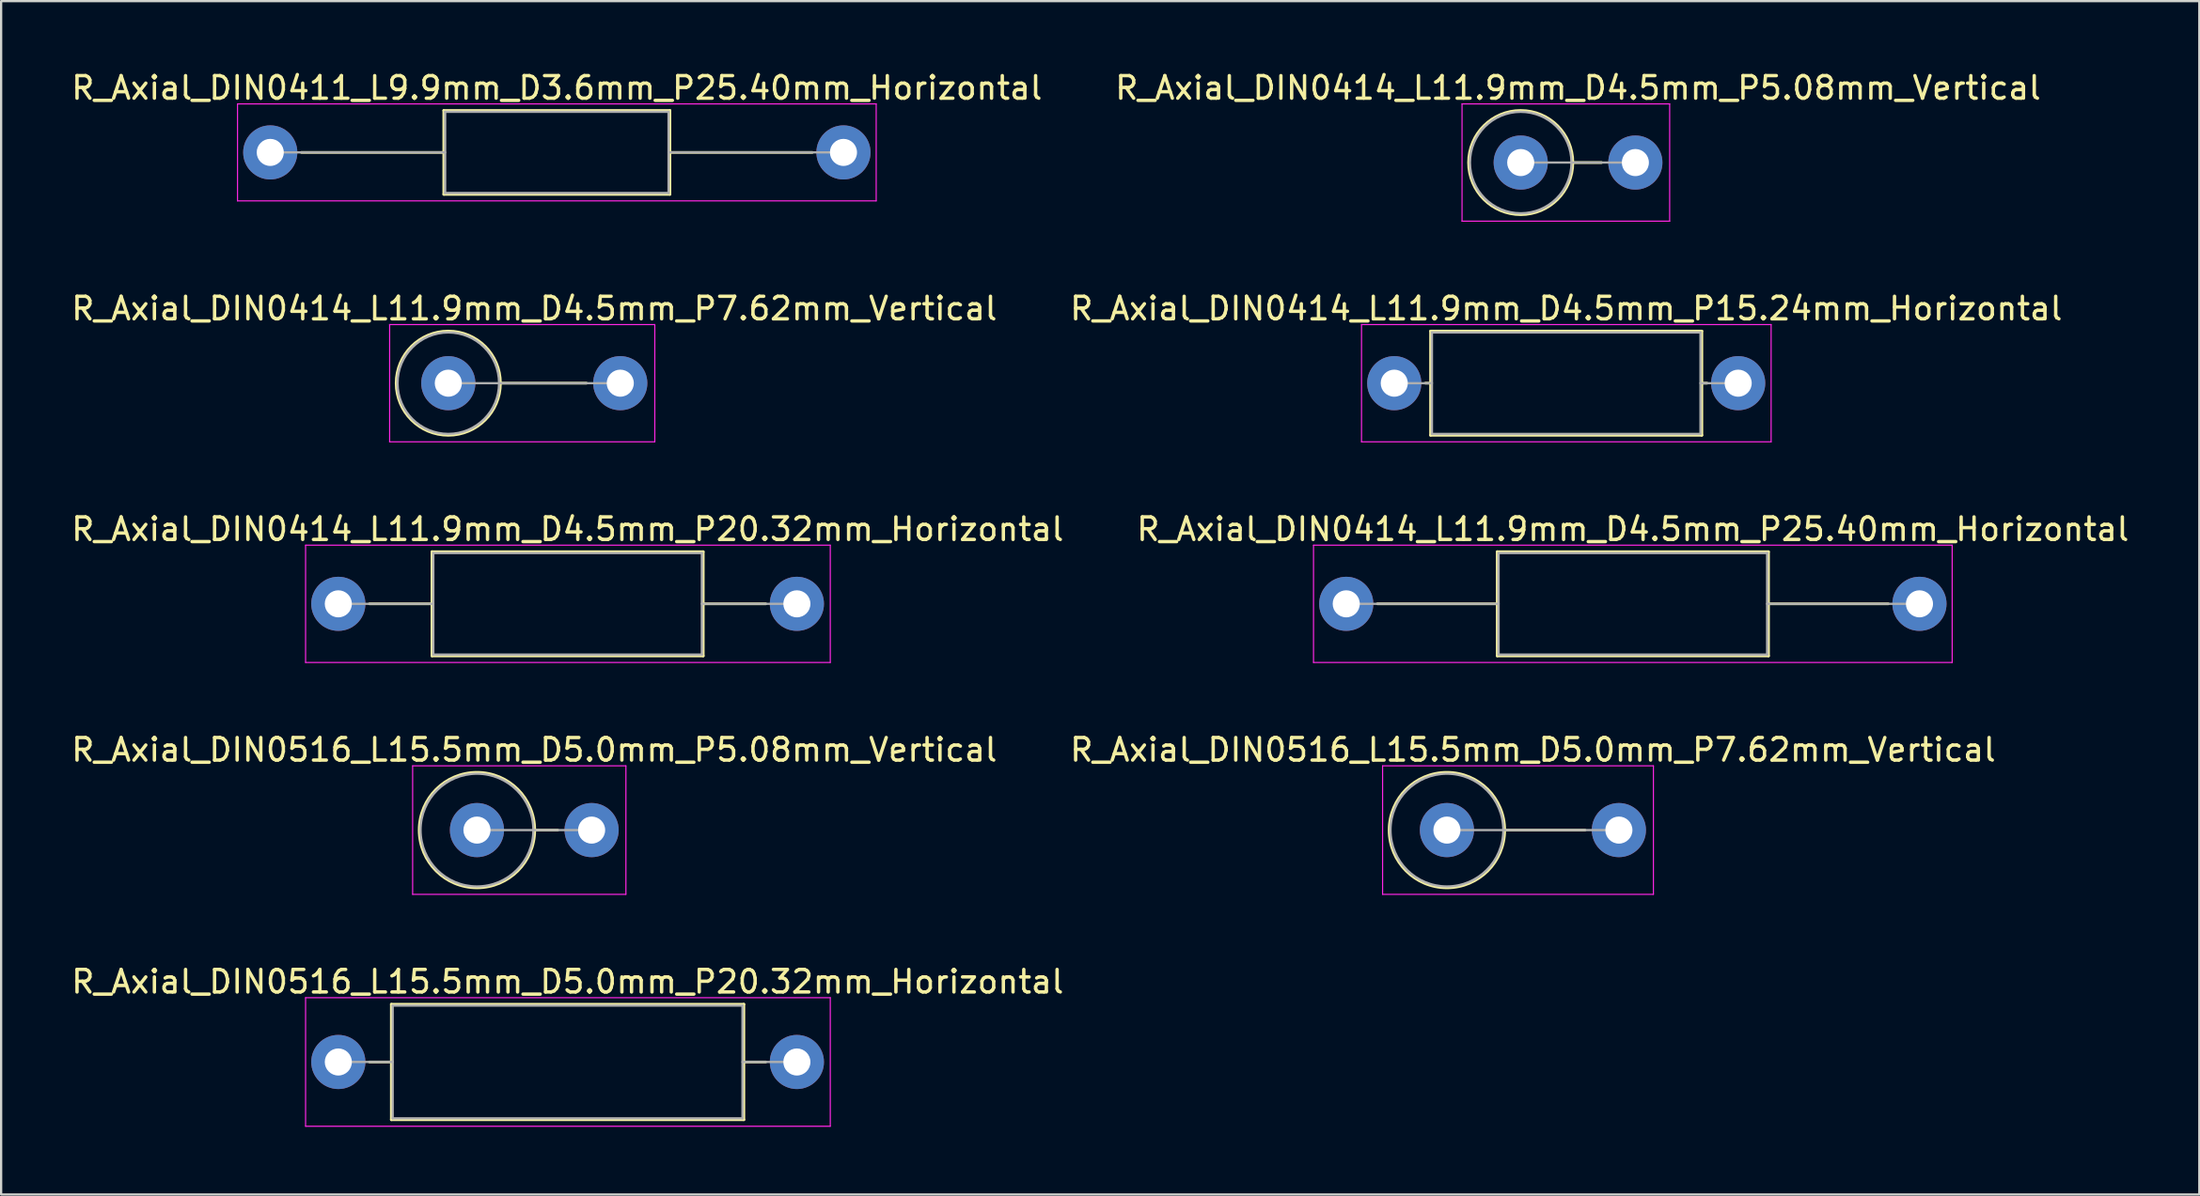
<source format=kicad_pcb>
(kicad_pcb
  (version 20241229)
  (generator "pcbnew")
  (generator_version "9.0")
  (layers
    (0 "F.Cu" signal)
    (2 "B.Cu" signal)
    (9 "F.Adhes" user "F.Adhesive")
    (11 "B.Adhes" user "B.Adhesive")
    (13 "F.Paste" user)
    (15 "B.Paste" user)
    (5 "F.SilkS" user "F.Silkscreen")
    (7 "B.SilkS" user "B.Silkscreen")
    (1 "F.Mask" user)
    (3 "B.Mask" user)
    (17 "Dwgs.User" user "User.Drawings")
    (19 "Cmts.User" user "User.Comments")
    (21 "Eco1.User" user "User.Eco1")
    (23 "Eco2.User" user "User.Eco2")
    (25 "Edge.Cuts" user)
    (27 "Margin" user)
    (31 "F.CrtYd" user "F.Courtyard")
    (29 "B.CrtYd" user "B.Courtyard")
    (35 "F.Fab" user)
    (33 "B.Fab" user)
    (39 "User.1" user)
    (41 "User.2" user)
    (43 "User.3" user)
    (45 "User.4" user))
  (footprint "R_Axial_DIN0414_L11.9mm_D4.5mm_P20.32mm_Horizontal"
    (layer "F.Cu")
    (at 11.941 23.725)
    (property "Reference" "R_Axial_DIN0414_L11.9mm_D4.5mm_P20.32mm_Horizontal" (at 10.16 -3.31 0) (layer "F.SilkS") (effects (font (size 1 1) (thickness 0.15))))
    (attr through_hole)
    (fp_line (start 1.38 0) (end 4.15 0) (stroke (width 0.12) (type solid)) (layer "F.SilkS"))
    (fp_line (start 4.15 -2.31) (end 4.15 2.31) (stroke (width 0.12) (type solid)) (layer "F.SilkS"))
    (fp_line (start 4.15 2.31) (end 16.17 2.31) (stroke (width 0.12) (type solid)) (layer "F.SilkS"))
    (fp_line (start 16.17 -2.31) (end 4.15 -2.31) (stroke (width 0.12) (type solid)) (layer "F.SilkS"))
    (fp_line (start 16.17 2.31) (end 16.17 -2.31) (stroke (width 0.12) (type solid)) (layer "F.SilkS"))
    (fp_line (start 18.94 0) (end 16.17 0) (stroke (width 0.12) (type solid)) (layer "F.SilkS"))
    (fp_line (start -1.45 -2.6) (end -1.45 2.6) (stroke (width 0.05) (type solid)) (layer "F.CrtYd"))
    (fp_line (start -1.45 2.6) (end 21.8 2.6) (stroke (width 0.05) (type solid)) (layer "F.CrtYd"))
    (fp_line (start 21.8 -2.6) (end -1.45 -2.6) (stroke (width 0.05) (type solid)) (layer "F.CrtYd"))
    (fp_line (start 21.8 2.6) (end 21.8 -2.6) (stroke (width 0.05) (type solid)) (layer "F.CrtYd"))
    (fp_line (start 0 0) (end 4.21 0) (stroke (width 0.1) (type solid)) (layer "F.Fab"))
    (fp_line (start 4.21 -2.25) (end 4.21 2.25) (stroke (width 0.1) (type solid)) (layer "F.Fab"))
    (fp_line (start 4.21 2.25) (end 16.11 2.25) (stroke (width 0.1) (type solid)) (layer "F.Fab"))
    (fp_line (start 16.11 -2.25) (end 4.21 -2.25) (stroke (width 0.1) (type solid)) (layer "F.Fab"))
    (fp_line (start 16.11 2.25) (end 16.11 -2.25) (stroke (width 0.1) (type solid)) (layer "F.Fab"))
    (fp_line (start 20.32 0) (end 16.11 0) (stroke (width 0.1) (type solid)) (layer "F.Fab"))
    (pad "1" thru_hole circle (at 0 0) (size 2.4 2.4) (drill 1.2) (layers "*.Cu" "*.Mask"))
    (pad "2" thru_hole oval (at 20.32 0) (size 2.4 2.4) (drill 1.2) (layers "*.Cu" "*.Mask")))
  (footprint "R_Axial_DIN0414_L11.9mm_D4.5mm_P25.40mm_Horizontal"
    (layer "F.Cu")
    (at 56.604 23.725)
    (property "Reference" "R_Axial_DIN0414_L11.9mm_D4.5mm_P25.40mm_Horizontal" (at 12.7 -3.31 0) (layer "F.SilkS") (effects (font (size 1 1) (thickness 0.15))))
    (attr through_hole)
    (fp_line (start 1.38 0) (end 6.69 0) (stroke (width 0.12) (type solid)) (layer "F.SilkS"))
    (fp_line (start 6.69 -2.31) (end 6.69 2.31) (stroke (width 0.12) (type solid)) (layer "F.SilkS"))
    (fp_line (start 6.69 2.31) (end 18.71 2.31) (stroke (width 0.12) (type solid)) (layer "F.SilkS"))
    (fp_line (start 18.71 -2.31) (end 6.69 -2.31) (stroke (width 0.12) (type solid)) (layer "F.SilkS"))
    (fp_line (start 18.71 2.31) (end 18.71 -2.31) (stroke (width 0.12) (type solid)) (layer "F.SilkS"))
    (fp_line (start 24.02 0) (end 18.71 0) (stroke (width 0.12) (type solid)) (layer "F.SilkS"))
    (fp_line (start -1.45 -2.6) (end -1.45 2.6) (stroke (width 0.05) (type solid)) (layer "F.CrtYd"))
    (fp_line (start -1.45 2.6) (end 26.85 2.6) (stroke (width 0.05) (type solid)) (layer "F.CrtYd"))
    (fp_line (start 26.85 -2.6) (end -1.45 -2.6) (stroke (width 0.05) (type solid)) (layer "F.CrtYd"))
    (fp_line (start 26.85 2.6) (end 26.85 -2.6) (stroke (width 0.05) (type solid)) (layer "F.CrtYd"))
    (fp_line (start 0 0) (end 6.75 0) (stroke (width 0.1) (type solid)) (layer "F.Fab"))
    (fp_line (start 6.75 -2.25) (end 6.75 2.25) (stroke (width 0.1) (type solid)) (layer "F.Fab"))
    (fp_line (start 6.75 2.25) (end 18.65 2.25) (stroke (width 0.1) (type solid)) (layer "F.Fab"))
    (fp_line (start 18.65 -2.25) (end 6.75 -2.25) (stroke (width 0.1) (type solid)) (layer "F.Fab"))
    (fp_line (start 18.65 2.25) (end 18.65 -2.25) (stroke (width 0.1) (type solid)) (layer "F.Fab"))
    (fp_line (start 25.4 0) (end 18.65 0) (stroke (width 0.1) (type solid)) (layer "F.Fab"))
    (pad "1" thru_hole circle (at 0 0) (size 2.4 2.4) (drill 1.2) (layers "*.Cu" "*.Mask"))
    (pad "2" thru_hole oval (at 25.4 0) (size 2.4 2.4) (drill 1.2) (layers "*.Cu" "*.Mask")))
  (footprint "R_Axial_DIN0516_L15.5mm_D5.0mm_P20.32mm_Horizontal"
    (layer "F.Cu")
    (at 11.941 44.041)
    (property "Reference" "R_Axial_DIN0516_L15.5mm_D5.0mm_P20.32mm_Horizontal" (at 10.16 -3.56 0) (layer "F.SilkS") (effects (font (size 1 1) (thickness 0.15))))
    (attr through_hole)
    (fp_line (start 1.38 0) (end 2.35 0) (stroke (width 0.12) (type solid)) (layer "F.SilkS"))
    (fp_line (start 2.35 -2.56) (end 2.35 2.56) (stroke (width 0.12) (type solid)) (layer "F.SilkS"))
    (fp_line (start 2.35 2.56) (end 17.97 2.56) (stroke (width 0.12) (type solid)) (layer "F.SilkS"))
    (fp_line (start 17.97 -2.56) (end 2.35 -2.56) (stroke (width 0.12) (type solid)) (layer "F.SilkS"))
    (fp_line (start 17.97 2.56) (end 17.97 -2.56) (stroke (width 0.12) (type solid)) (layer "F.SilkS"))
    (fp_line (start 18.94 0) (end 17.97 0) (stroke (width 0.12) (type solid)) (layer "F.SilkS"))
    (fp_line (start -1.45 -2.85) (end -1.45 2.85) (stroke (width 0.05) (type solid)) (layer "F.CrtYd"))
    (fp_line (start -1.45 2.85) (end 21.8 2.85) (stroke (width 0.05) (type solid)) (layer "F.CrtYd"))
    (fp_line (start 21.8 -2.85) (end -1.45 -2.85) (stroke (width 0.05) (type solid)) (layer "F.CrtYd"))
    (fp_line (start 21.8 2.85) (end 21.8 -2.85) (stroke (width 0.05) (type solid)) (layer "F.CrtYd"))
    (fp_line (start 0 0) (end 2.41 0) (stroke (width 0.1) (type solid)) (layer "F.Fab"))
    (fp_line (start 2.41 -2.5) (end 2.41 2.5) (stroke (width 0.1) (type solid)) (layer "F.Fab"))
    (fp_line (start 2.41 2.5) (end 17.91 2.5) (stroke (width 0.1) (type solid)) (layer "F.Fab"))
    (fp_line (start 17.91 -2.5) (end 2.41 -2.5) (stroke (width 0.1) (type solid)) (layer "F.Fab"))
    (fp_line (start 17.91 2.5) (end 17.91 -2.5) (stroke (width 0.1) (type solid)) (layer "F.Fab"))
    (fp_line (start 20.32 0) (end 17.91 0) (stroke (width 0.1) (type solid)) (layer "F.Fab"))
    (pad "1" thru_hole circle (at 0 0) (size 2.4 2.4) (drill 1.2) (layers "*.Cu" "*.Mask"))
    (pad "2" thru_hole oval (at 20.32 0) (size 2.4 2.4) (drill 1.2) (layers "*.Cu" "*.Mask")))
  (footprint "R_Axial_DIN0414_L11.9mm_D4.5mm_P15.24mm_Horizontal"
    (layer "F.Cu")
    (at 58.731 13.941)
    (property "Reference" "R_Axial_DIN0414_L11.9mm_D4.5mm_P15.24mm_Horizontal" (at 7.62 -3.31 0) (layer "F.SilkS") (effects (font (size 1 1) (thickness 0.15))))
    (attr through_hole)
    (fp_line (start 1.38 0) (end 1.61 0) (stroke (width 0.12) (type solid)) (layer "F.SilkS"))
    (fp_line (start 1.61 -2.31) (end 1.61 2.31) (stroke (width 0.12) (type solid)) (layer "F.SilkS"))
    (fp_line (start 1.61 2.31) (end 13.63 2.31) (stroke (width 0.12) (type solid)) (layer "F.SilkS"))
    (fp_line (start 13.63 -2.31) (end 1.61 -2.31) (stroke (width 0.12) (type solid)) (layer "F.SilkS"))
    (fp_line (start 13.63 2.31) (end 13.63 -2.31) (stroke (width 0.12) (type solid)) (layer "F.SilkS"))
    (fp_line (start 13.86 0) (end 13.63 0) (stroke (width 0.12) (type solid)) (layer "F.SilkS"))
    (fp_line (start -1.45 -2.6) (end -1.45 2.6) (stroke (width 0.05) (type solid)) (layer "F.CrtYd"))
    (fp_line (start -1.45 2.6) (end 16.7 2.6) (stroke (width 0.05) (type solid)) (layer "F.CrtYd"))
    (fp_line (start 16.7 -2.6) (end -1.45 -2.6) (stroke (width 0.05) (type solid)) (layer "F.CrtYd"))
    (fp_line (start 16.7 2.6) (end 16.7 -2.6) (stroke (width 0.05) (type solid)) (layer "F.CrtYd"))
    (fp_line (start 0 0) (end 1.67 0) (stroke (width 0.1) (type solid)) (layer "F.Fab"))
    (fp_line (start 1.67 -2.25) (end 1.67 2.25) (stroke (width 0.1) (type solid)) (layer "F.Fab"))
    (fp_line (start 1.67 2.25) (end 13.57 2.25) (stroke (width 0.1) (type solid)) (layer "F.Fab"))
    (fp_line (start 13.57 -2.25) (end 1.67 -2.25) (stroke (width 0.1) (type solid)) (layer "F.Fab"))
    (fp_line (start 13.57 2.25) (end 13.57 -2.25) (stroke (width 0.1) (type solid)) (layer "F.Fab"))
    (fp_line (start 15.24 0) (end 13.57 0) (stroke (width 0.1) (type solid)) (layer "F.Fab"))
    (pad "1" thru_hole circle (at 0 0) (size 2.4 2.4) (drill 1.2) (layers "*.Cu" "*.Mask"))
    (pad "2" thru_hole oval (at 15.24 0) (size 2.4 2.4) (drill 1.2) (layers "*.Cu" "*.Mask")))
  (footprint "R_Axial_DIN0414_L11.9mm_D4.5mm_P5.08mm_Vertical"
    (layer "F.Cu")
    (at 64.335 4.158)
    (property "Reference" "R_Axial_DIN0414_L11.9mm_D4.5mm_P5.08mm_Vertical" (at 2.54 -3.31 0) (layer "F.SilkS") (effects (font (size 1 1) (thickness 0.15))))
    (attr through_hole)
    (fp_line (start 2.31 0) (end 3.58 0) (stroke (width 0.12) (type solid)) (layer "F.SilkS"))
    (fp_circle (center 0 0) (end 2.31 0) (stroke (width 0.12) (type solid)) (fill no) (layer "F.SilkS"))
    (fp_line (start -2.6 -2.6) (end -2.6 2.6) (stroke (width 0.05) (type solid)) (layer "F.CrtYd"))
    (fp_line (start -2.6 2.6) (end 6.6 2.6) (stroke (width 0.05) (type solid)) (layer "F.CrtYd"))
    (fp_line (start 6.6 -2.6) (end -2.6 -2.6) (stroke (width 0.05) (type solid)) (layer "F.CrtYd"))
    (fp_line (start 6.6 2.6) (end 6.6 -2.6) (stroke (width 0.05) (type solid)) (layer "F.CrtYd"))
    (fp_line (start 0 0) (end 5.08 0) (stroke (width 0.1) (type solid)) (layer "F.Fab"))
    (fp_circle (center 0 0) (end 2.25 0) (stroke (width 0.1) (type solid)) (fill no) (layer "F.Fab"))
    (pad "1" thru_hole circle (at 0 0) (size 2.4 2.4) (drill 1.2) (layers "*.Cu" "*.Mask"))
    (pad "2" thru_hole oval (at 5.08 0) (size 2.4 2.4) (drill 1.2) (layers "*.Cu" "*.Mask")))
  (footprint "R_Axial_DIN0516_L15.5mm_D5.0mm_P7.62mm_Vertical"
    (layer "F.Cu")
    (at 61.065 33.758)
    (property "Reference" "R_Axial_DIN0516_L15.5mm_D5.0mm_P7.62mm_Vertical" (at 3.81 -3.56 0) (layer "F.SilkS") (effects (font (size 1 1) (thickness 0.15))))
    (attr through_hole)
    (fp_line (start 2.56 0) (end 6.12 0) (stroke (width 0.12) (type solid)) (layer "F.SilkS"))
    (fp_circle (center 0 0) (end 2.56 0) (stroke (width 0.12) (type solid)) (fill no) (layer "F.SilkS"))
    (fp_line (start -2.85 -2.85) (end -2.85 2.85) (stroke (width 0.05) (type solid)) (layer "F.CrtYd"))
    (fp_line (start -2.85 2.85) (end 9.15 2.85) (stroke (width 0.05) (type solid)) (layer "F.CrtYd"))
    (fp_line (start 9.15 -2.85) (end -2.85 -2.85) (stroke (width 0.05) (type solid)) (layer "F.CrtYd"))
    (fp_line (start 9.15 2.85) (end 9.15 -2.85) (stroke (width 0.05) (type solid)) (layer "F.CrtYd"))
    (fp_line (start 0 0) (end 7.62 0) (stroke (width 0.1) (type solid)) (layer "F.Fab"))
    (fp_circle (center 0 0) (end 2.5 0) (stroke (width 0.1) (type solid)) (fill no) (layer "F.Fab"))
    (pad "1" thru_hole circle (at 0 0) (size 2.4 2.4) (drill 1.2) (layers "*.Cu" "*.Mask"))
    (pad "2" thru_hole oval (at 7.62 0) (size 2.4 2.4) (drill 1.2) (layers "*.Cu" "*.Mask")))
  (footprint "R_Axial_DIN0411_L9.9mm_D3.6mm_P25.40mm_Horizontal"
    (layer "F.Cu")
    (at 8.925 3.708)
    (property "Reference" "R_Axial_DIN0411_L9.9mm_D3.6mm_P25.40mm_Horizontal" (at 12.7 -2.86 0) (layer "F.SilkS") (effects (font (size 1 1) (thickness 0.15))))
    (attr through_hole)
    (fp_line (start 1.38 0) (end 7.69 0) (stroke (width 0.12) (type solid)) (layer "F.SilkS"))
    (fp_line (start 7.69 -1.86) (end 7.69 1.86) (stroke (width 0.12) (type solid)) (layer "F.SilkS"))
    (fp_line (start 7.69 1.86) (end 17.71 1.86) (stroke (width 0.12) (type solid)) (layer "F.SilkS"))
    (fp_line (start 17.71 -1.86) (end 7.69 -1.86) (stroke (width 0.12) (type solid)) (layer "F.SilkS"))
    (fp_line (start 17.71 1.86) (end 17.71 -1.86) (stroke (width 0.12) (type solid)) (layer "F.SilkS"))
    (fp_line (start 24.02 0) (end 17.71 0) (stroke (width 0.12) (type solid)) (layer "F.SilkS"))
    (fp_line (start -1.45 -2.15) (end -1.45 2.15) (stroke (width 0.05) (type solid)) (layer "F.CrtYd"))
    (fp_line (start -1.45 2.15) (end 26.85 2.15) (stroke (width 0.05) (type solid)) (layer "F.CrtYd"))
    (fp_line (start 26.85 -2.15) (end -1.45 -2.15) (stroke (width 0.05) (type solid)) (layer "F.CrtYd"))
    (fp_line (start 26.85 2.15) (end 26.85 -2.15) (stroke (width 0.05) (type solid)) (layer "F.CrtYd"))
    (fp_line (start 0 0) (end 7.75 0) (stroke (width 0.1) (type solid)) (layer "F.Fab"))
    (fp_line (start 7.75 -1.8) (end 7.75 1.8) (stroke (width 0.1) (type solid)) (layer "F.Fab"))
    (fp_line (start 7.75 1.8) (end 17.65 1.8) (stroke (width 0.1) (type solid)) (layer "F.Fab"))
    (fp_line (start 17.65 -1.8) (end 7.75 -1.8) (stroke (width 0.1) (type solid)) (layer "F.Fab"))
    (fp_line (start 17.65 1.8) (end 17.65 -1.8) (stroke (width 0.1) (type solid)) (layer "F.Fab"))
    (fp_line (start 25.4 0) (end 17.65 0) (stroke (width 0.1) (type solid)) (layer "F.Fab"))
    (pad "1" thru_hole circle (at 0 0) (size 2.4 2.4) (drill 1.2) (layers "*.Cu" "*.Mask"))
    (pad "2" thru_hole oval (at 25.4 0) (size 2.4 2.4) (drill 1.2) (layers "*.Cu" "*.Mask")))
  (footprint "R_Axial_DIN0516_L15.5mm_D5.0mm_P5.08mm_Vertical"
    (layer "F.Cu")
    (at 18.085 33.758)
    (property "Reference" "R_Axial_DIN0516_L15.5mm_D5.0mm_P5.08mm_Vertical" (at 2.54 -3.56 0) (layer "F.SilkS") (effects (font (size 1 1) (thickness 0.15))))
    (attr through_hole)
    (fp_line (start 2.56 0) (end 3.58 0) (stroke (width 0.12) (type solid)) (layer "F.SilkS"))
    (fp_circle (center 0 0) (end 2.56 0) (stroke (width 0.12) (type solid)) (fill no) (layer "F.SilkS"))
    (fp_line (start -2.85 -2.85) (end -2.85 2.85) (stroke (width 0.05) (type solid)) (layer "F.CrtYd"))
    (fp_line (start -2.85 2.85) (end 6.6 2.85) (stroke (width 0.05) (type solid)) (layer "F.CrtYd"))
    (fp_line (start 6.6 -2.85) (end -2.85 -2.85) (stroke (width 0.05) (type solid)) (layer "F.CrtYd"))
    (fp_line (start 6.6 2.85) (end 6.6 -2.85) (stroke (width 0.05) (type solid)) (layer "F.CrtYd"))
    (fp_line (start 0 0) (end 5.08 0) (stroke (width 0.1) (type solid)) (layer "F.Fab"))
    (fp_circle (center 0 0) (end 2.5 0) (stroke (width 0.1) (type solid)) (fill no) (layer "F.Fab"))
    (pad "1" thru_hole circle (at 0 0) (size 2.4 2.4) (drill 1.2) (layers "*.Cu" "*.Mask"))
    (pad "2" thru_hole oval (at 5.08 0) (size 2.4 2.4) (drill 1.2) (layers "*.Cu" "*.Mask")))
  (footprint "R_Axial_DIN0414_L11.9mm_D4.5mm_P7.62mm_Vertical"
    (layer "F.Cu")
    (at 16.815 13.941)
    (property "Reference" "R_Axial_DIN0414_L11.9mm_D4.5mm_P7.62mm_Vertical" (at 3.81 -3.31 0) (layer "F.SilkS") (effects (font (size 1 1) (thickness 0.15))))
    (attr through_hole)
    (fp_line (start 2.31 0) (end 6.12 0) (stroke (width 0.12) (type solid)) (layer "F.SilkS"))
    (fp_circle (center 0 0) (end 2.31 0) (stroke (width 0.12) (type solid)) (fill no) (layer "F.SilkS"))
    (fp_line (start -2.6 -2.6) (end -2.6 2.6) (stroke (width 0.05) (type solid)) (layer "F.CrtYd"))
    (fp_line (start -2.6 2.6) (end 9.15 2.6) (stroke (width 0.05) (type solid)) (layer "F.CrtYd"))
    (fp_line (start 9.15 -2.6) (end -2.6 -2.6) (stroke (width 0.05) (type solid)) (layer "F.CrtYd"))
    (fp_line (start 9.15 2.6) (end 9.15 -2.6) (stroke (width 0.05) (type solid)) (layer "F.CrtYd"))
    (fp_line (start 0 0) (end 7.62 0) (stroke (width 0.1) (type solid)) (layer "F.Fab"))
    (fp_circle (center 0 0) (end 2.25 0) (stroke (width 0.1) (type solid)) (fill no) (layer "F.Fab"))
    (pad "1" thru_hole circle (at 0 0) (size 2.4 2.4) (drill 1.2) (layers "*.Cu" "*.Mask"))
    (pad "2" thru_hole oval (at 7.62 0) (size 2.4 2.4) (drill 1.2) (layers "*.Cu" "*.Mask")))
  (gr_rect
    (start -3 -3)
    (end 94.405 49.916)
    (stroke (width 0.1) (type default))
    (fill no)
    (layer "Edge.Cuts")))
</source>
